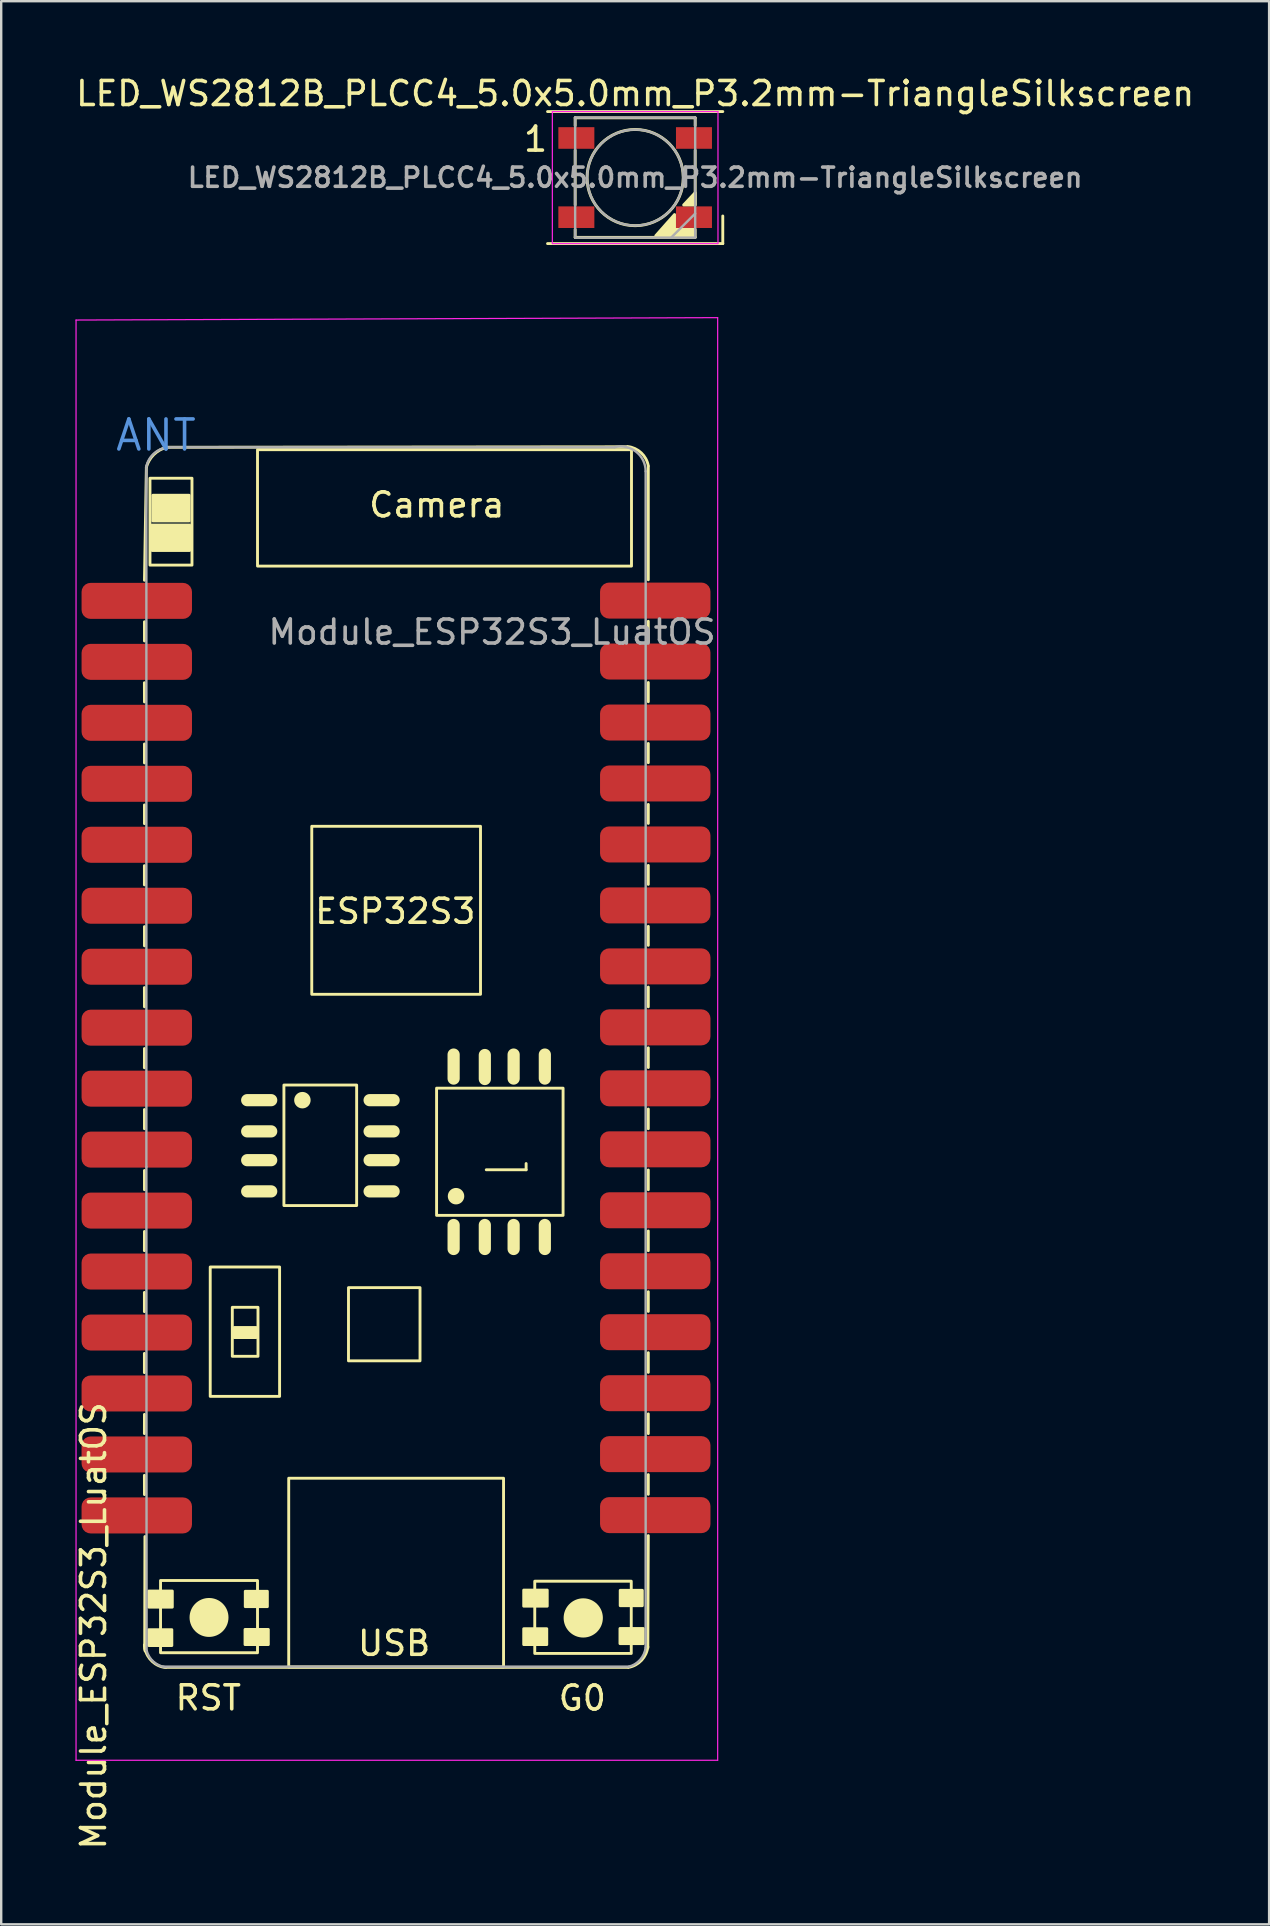
<source format=kicad_pcb>
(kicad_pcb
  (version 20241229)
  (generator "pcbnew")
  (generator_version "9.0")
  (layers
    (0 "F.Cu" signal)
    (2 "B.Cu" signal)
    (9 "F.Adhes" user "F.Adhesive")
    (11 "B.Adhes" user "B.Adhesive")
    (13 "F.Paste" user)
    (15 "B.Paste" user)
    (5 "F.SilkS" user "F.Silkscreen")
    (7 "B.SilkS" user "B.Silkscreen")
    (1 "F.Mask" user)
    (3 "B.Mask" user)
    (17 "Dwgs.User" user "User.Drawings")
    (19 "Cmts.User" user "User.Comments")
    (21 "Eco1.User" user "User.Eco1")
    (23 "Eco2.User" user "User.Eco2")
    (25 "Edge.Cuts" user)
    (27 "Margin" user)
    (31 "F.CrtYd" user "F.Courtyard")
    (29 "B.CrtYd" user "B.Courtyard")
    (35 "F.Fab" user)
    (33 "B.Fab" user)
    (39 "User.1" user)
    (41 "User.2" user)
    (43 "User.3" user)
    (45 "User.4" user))
  (footprint "Module_ESP32S3_LuatOS"
    (layer "F.Cu")
    (at 9.748 33.883)
    (property "Reference" "Module_ESP32S3_LuatOS" (at -8.9 30.8 90) (layer "F.SilkS") (effects (font (size 1 1) (thickness 0.15))))
    (attr smd)
    (fp_line (start -6.782 -8.49) (end -6.78 -7.69) (stroke (width 0.12) (type solid)) (layer "F.SilkS"))
    (fp_line (start -6.782 -0.87) (end -6.782 -0.07) (stroke (width 0.12) (type solid)) (layer "F.SilkS"))
    (fp_line (start -6.782 4.21) (end -6.78 5.01) (stroke (width 0.12) (type solid)) (layer "F.SilkS"))
    (fp_line (start -6.782 16.91) (end -6.782 17.71) (stroke (width 0.12) (type solid)) (layer "F.SilkS"))
    (fp_line (start -6.782 19.45) (end -6.782 20.25) (stroke (width 0.12) (type solid)) (layer "F.SilkS"))
    (fp_line (start -6.782 24.53) (end -6.78 25.33) (stroke (width 0.12) (type solid)) (layer "F.SilkS"))
    (fp_line (start -6.782 31.598) (end -6.75 31.84) (stroke (width 0.12) (type solid)) (layer "F.SilkS"))
    (fp_line (start -6.78 -12.76) (end -6.7 -17.47) (stroke (width 0.12) (type solid)) (layer "F.SilkS"))
    (fp_line (start -6.78 -11.03) (end -6.78 -10.23) (stroke (width 0.12) (type solid)) (layer "F.SilkS"))
    (fp_line (start -6.78 -5.94) (end -6.78 -5.15) (stroke (width 0.12) (type solid)) (layer "F.SilkS"))
    (fp_line (start -6.78 -3.4) (end -6.78 -2.62) (stroke (width 0.12) (type solid)) (layer "F.SilkS"))
    (fp_line (start -6.78 1.67) (end -6.78 2.47) (stroke (width 0.12) (type solid)) (layer "F.SilkS"))
    (fp_line (start -6.78 6.75) (end -6.782 7.55) (stroke (width 0.12) (type solid)) (layer "F.SilkS"))
    (fp_line (start -6.78 9.29) (end -6.78 10.09) (stroke (width 0.12) (type solid)) (layer "F.SilkS"))
    (fp_line (start -6.78 11.83) (end -6.78 12.63) (stroke (width 0.12) (type solid)) (layer "F.SilkS"))
    (fp_line (start -6.78 14.37) (end -6.782 15.17) (stroke (width 0.12) (type solid)) (layer "F.SilkS"))
    (fp_line (start -6.78 21.99) (end -6.782 22.79) (stroke (width 0.12) (type solid)) (layer "F.SilkS"))
    (fp_line (start -6.77 31.64) (end -6.76 27.08) (stroke (width 0.12) (type solid)) (layer "F.SilkS"))
    (fp_line (start -6.75 31.84) (end -6.782 31.598) (stroke (width 0.12) (type solid)) (layer "F.SilkS"))
    (fp_line (start -5.85 -18.3) (end 13.32 -18.32) (stroke (width 0.12) (type solid)) (layer "F.SilkS"))
    (fp_line (start -2.5 8.9) (end -1.5 8.9) (stroke (width 0.508) (type solid)) (layer "F.SilkS"))
    (fp_line (start -2.5 10.2) (end -1.5 10.2) (stroke (width 0.508) (type solid)) (layer "F.SilkS"))
    (fp_line (start -2.5 11.4) (end -1.5 11.4) (stroke (width 0.508) (type solid)) (layer "F.SilkS"))
    (fp_line (start -2.5 12.7) (end -1.5 12.7) (stroke (width 0.508) (type solid)) (layer "F.SilkS"))
    (fp_line (start 2.6 8.9) (end 3.6 8.9) (stroke (width 0.508) (type solid)) (layer "F.SilkS"))
    (fp_line (start 2.6 10.2) (end 3.6 10.2) (stroke (width 0.508) (type solid)) (layer "F.SilkS"))
    (fp_line (start 2.6 11.4) (end 3.6 11.4) (stroke (width 0.508) (type solid)) (layer "F.SilkS"))
    (fp_line (start 2.6 12.7) (end 3.6 12.7) (stroke (width 0.508) (type solid)) (layer "F.SilkS"))
    (fp_line (start 6.1 7) (end 6.1 8) (stroke (width 0.508) (type solid)) (layer "F.SilkS"))
    (fp_line (start 6.1 14.1) (end 6.1 15.1) (stroke (width 0.508) (type solid)) (layer "F.SilkS"))
    (fp_line (start 7.4 7.019) (end 7.4 8.019) (stroke (width 0.508) (type solid)) (layer "F.SilkS"))
    (fp_line (start 7.4 14.1) (end 7.4 15.1) (stroke (width 0.508) (type solid)) (layer "F.SilkS"))
    (fp_line (start 8.6 7) (end 8.6 8) (stroke (width 0.508) (type solid)) (layer "F.SilkS"))
    (fp_line (start 8.6 14.1) (end 8.6 15.1) (stroke (width 0.508) (type solid)) (layer "F.SilkS"))
    (fp_line (start 9.12 11.54) (end 9.12 11.8) (stroke (width 0.12) (type solid)) (layer "F.SilkS"))
    (fp_line (start 9.12 11.8) (end 7.46 11.8) (stroke (width 0.12) (type solid)) (layer "F.SilkS"))
    (fp_line (start 9.9 7) (end 9.9 8) (stroke (width 0.508) (type solid)) (layer "F.SilkS"))
    (fp_line (start 9.9 14.1) (end 9.9 15.1) (stroke (width 0.508) (type solid)) (layer "F.SilkS"))
    (fp_line (start 13.36 32.53) (end -5.89 32.53) (stroke (width 0.12) (type solid)) (layer "F.SilkS"))
    (fp_line (start 14.21 -17.5) (end 14.21 -12.78) (stroke (width 0.12) (type solid)) (layer "F.SilkS"))
    (fp_line (start 14.21 -11.05) (end 14.21 -10.24) (stroke (width 0.12) (type solid)) (layer "F.SilkS"))
    (fp_line (start 14.21 -8.5) (end 14.21 -7.7) (stroke (width 0.12) (type solid)) (layer "F.SilkS"))
    (fp_line (start 14.21 -5.96) (end 14.21 -5.16) (stroke (width 0.12) (type solid)) (layer "F.SilkS"))
    (fp_line (start 14.21 -3.42) (end 14.21 -2.63) (stroke (width 0.12) (type solid)) (layer "F.SilkS"))
    (fp_line (start 14.21 -0.88) (end 14.21 -0.09) (stroke (width 0.12) (type solid)) (layer "F.SilkS"))
    (fp_line (start 14.21 1.66) (end 14.21 2.45) (stroke (width 0.12) (type solid)) (layer "F.SilkS"))
    (fp_line (start 14.21 4.19) (end 14.21 5.01) (stroke (width 0.12) (type solid)) (layer "F.SilkS"))
    (fp_line (start 14.21 6.72) (end 14.21 7.54) (stroke (width 0.12) (type solid)) (layer "F.SilkS"))
    (fp_line (start 14.21 9.27) (end 14.21 10.09) (stroke (width 0.12) (type solid)) (layer "F.SilkS"))
    (fp_line (start 14.21 11.81) (end 14.21 12.63) (stroke (width 0.12) (type solid)) (layer "F.SilkS"))
    (fp_line (start 14.21 14.35) (end 14.21 15.17) (stroke (width 0.12) (type solid)) (layer "F.SilkS"))
    (fp_line (start 14.21 16.88) (end 14.21 17.7) (stroke (width 0.12) (type solid)) (layer "F.SilkS"))
    (fp_line (start 14.21 19.42) (end 14.21 20.24) (stroke (width 0.12) (type solid)) (layer "F.SilkS"))
    (fp_line (start 14.21 21.97) (end 14.21 22.79) (stroke (width 0.12) (type solid)) (layer "F.SilkS"))
    (fp_line (start 14.21 24.5) (end 14.21 25.32) (stroke (width 0.12) (type solid)) (layer "F.SilkS"))
    (fp_line (start 14.21 27.04) (end 14.19 31.72) (stroke (width 0.12) (type solid)) (layer "F.SilkS"))
    (fp_rect (start -6.6 29.35) (end -5.62 30.02) (stroke (width 0.12) (type solid)) (fill yes) (layer "F.SilkS"))
    (fp_rect (start -6.6 30.96) (end -5.64 31.62) (stroke (width 0.12) (type solid)) (fill yes) (layer "F.SilkS"))
    (fp_rect (start -6.55 -17.01) (end -4.8 -13.39) (stroke (width 0.12) (type solid)) (fill no) (layer "F.SilkS"))
    (fp_rect (start -6.46 -15.06) (end -4.9 -14) (stroke (width 0.12) (type solid)) (fill yes) (layer "F.SilkS"))
    (fp_rect (start -6.43 -16.3) (end -4.92 -15.23) (stroke (width 0.12) (type solid)) (fill yes) (layer "F.SilkS"))
    (fp_rect (start -6.11 28.91) (end -2.07 31.92) (stroke (width 0.12) (type solid)) (fill no) (layer "F.SilkS"))
    (fp_rect (start -4.04 15.85) (end -1.15 21.24) (stroke (width 0.12) (type solid)) (fill no) (layer "F.SilkS"))
    (fp_rect (start -3.12 17.53) (end -2.05 19.57) (stroke (width 0.12) (type solid)) (fill no) (layer "F.SilkS"))
    (fp_rect (start -3.04 18.37) (end -2.13 18.79) (stroke (width 0.12) (type solid)) (fill yes) (layer "F.SilkS"))
    (fp_rect (start -2.59 30.95) (end -1.62 31.58) (stroke (width 0.12) (type solid)) (fill yes) (layer "F.SilkS"))
    (fp_rect (start -2.58 29.36) (end -1.66 30) (stroke (width 0.12) (type solid)) (fill yes) (layer "F.SilkS"))
    (fp_rect (start -2.07 -13.35) (end 13.51 -18.2) (stroke (width 0.12) (type solid)) (fill no) (layer "F.SilkS"))
    (fp_rect (start -0.97 8.27) (end 2.06 13.29) (stroke (width 0.12) (type solid)) (fill no) (layer "F.SilkS"))
    (fp_rect (start -0.77 24.65) (end 8.18 32.51) (stroke (width 0.12) (type solid)) (fill no) (layer "F.SilkS"))
    (fp_rect (start 0.19 -2.51) (end 7.22 4.49) (stroke (width 0.12) (type solid)) (fill no) (layer "F.SilkS"))
    (fp_rect (start 1.72 16.71) (end 4.7 19.76) (stroke (width 0.12) (type solid)) (fill no) (layer "F.SilkS"))
    (fp_rect (start 5.39 8.4) (end 10.66 13.7) (stroke (width 0.12) (type solid)) (fill no) (layer "F.SilkS"))
    (fp_rect (start 9.02 29.31) (end 10 29.98) (stroke (width 0.12) (type solid)) (fill yes) (layer "F.SilkS"))
    (fp_rect (start 9.02 30.92) (end 9.98 31.58) (stroke (width 0.12) (type solid)) (fill yes) (layer "F.SilkS"))
    (fp_rect (start 9.48 28.94) (end 13.5 31.95) (stroke (width 0.12) (type solid)) (fill no) (layer "F.SilkS"))
    (fp_rect (start 13.03 30.91) (end 14 31.54) (stroke (width 0.12) (type solid)) (fill yes) (layer "F.SilkS"))
    (fp_rect (start 13.04 29.32) (end 13.96 29.96) (stroke (width 0.12) (type solid)) (fill yes) (layer "F.SilkS"))
    (fp_arc (start -6.7 -17.47) (mid -6.386112 -17.998789) (end -5.85 -18.3) (stroke (width 0.12) (type solid)) (layer "F.SilkS"))
    (fp_arc (start -5.898257 32.538376) (mid -6.46 32.28) (end -6.758257 31.738376) (stroke (width 0.12) (type solid)) (layer "F.SilkS"))
    (fp_arc (start 13.35 -18.33) (mid 13.911736 -18.071617) (end 14.21 -17.53) (stroke (width 0.12) (type solid)) (layer "F.SilkS"))
    (fp_arc (start 14.19 31.67) (mid 13.931624 32.231743) (end 13.39 32.53) (stroke (width 0.12) (type solid)) (layer "F.SilkS"))
    (fp_circle (center -4.09 30.45) (end -3.339 30.45) (stroke (width 0.12) (type solid)) (fill yes) (layer "F.SilkS"))
    (fp_circle (center -0.2 8.9) (end 0.083 8.9) (stroke (width 0.12) (type solid)) (fill yes) (layer "F.SilkS"))
    (fp_circle (center 6.2 12.9) (end 6.483 12.9) (stroke (width 0.12) (type solid)) (fill yes) (layer "F.SilkS"))
    (fp_circle (center 11.5 30.47) (end 12.257 30.47) (stroke (width 0.12) (type solid)) (fill yes) (layer "F.SilkS"))
    (fp_line (start -9.63 -23.6) (end -9.63 36.4) (stroke (width 0.05) (type solid)) (layer "F.CrtYd"))
    (fp_line (start -9.63 36.4) (end 17.1 36.4) (stroke (width 0.05) (type solid)) (layer "F.CrtYd"))
    (fp_line (start 17.1 -23.7) (end -9.63 -23.6) (stroke (width 0.05) (type solid)) (layer "F.CrtYd"))
    (fp_line (start 17.1 36.4) (end 17.1 -23.7) (stroke (width 0.05) (type solid)) (layer "F.CrtYd"))
    (fp_line (start -6.7 -17.5) (end -6.7 11.68) (stroke (width 0.1) (type solid)) (layer "F.Fab"))
    (fp_line (start -6.7 11.68) (end -6.691 31.825) (stroke (width 0.1) (type solid)) (layer "F.Fab"))
    (fp_line (start -5.7 -18.3) (end 12.8 -18.3) (stroke (width 0.1) (type solid)) (layer "F.Fab"))
    (fp_line (start 13.4 32.5) (end -6 32.5) (stroke (width 0.1) (type solid)) (layer "F.Fab"))
    (fp_line (start 14.1 -17.3) (end 14.1 31.7) (stroke (width 0.1) (type solid)) (layer "F.Fab"))
    (fp_arc (start -6.7 -17.5) (mid -6.34086 -18.076075) (end -5.7 -18.3) (stroke (width 0.1) (type solid)) (layer "F.Fab"))
    (fp_arc (start -5.890978 32.525403) (mid -6.398291 32.299422) (end -6.690978 31.825403) (stroke (width 0.1) (type solid)) (layer "F.Fab"))
    (fp_arc (start 12.8 -18.3) (mid 13.695548 -18.119208) (end 14.1 -17.3) (stroke (width 0.1) (type solid)) (layer "F.Fab"))
    (fp_arc (start 14.1 31.7) (mid 13.874597 32.209022) (end 13.4 32.5) (stroke (width 0.1) (type solid)) (layer "F.Fab"))
    (fp_text user "RST" (at -4.12 33.8 0) (unlocked yes) (layer "F.SilkS") (effects (font (size 1 1) (thickness 0.15))))
    (fp_text user "G0" (at 11.46 33.81 0) (unlocked yes) (layer "F.SilkS") (effects (font (size 1 1) (thickness 0.15))))
    (fp_text user "USB" (at 3.62 31.53 0) (unlocked yes) (layer "F.SilkS") (effects (font (size 1 1) (thickness 0.15))))
    (fp_text user "Camera" (at 5.4 -15.9 0) (unlocked yes) (layer "F.SilkS") (effects (font (size 1 1) (thickness 0.15))))
    (fp_text user "ESP32S3" (at 3.67 1.03 0) (unlocked yes) (layer "F.SilkS") (effects (font (size 1 1) (thickness 0.15))))
    (fp_text user "ANT" (at -6.3 -18.8 0) (layer "Cmts.User") (effects (font (size 1.25 1.25) (thickness 0.15))))
    (fp_text user "${REFERENCE}" (at 7.7 -10.6 0) (layer "F.Fab") (effects (font (size 1 1) (thickness 0.15))))
    (pad "1" smd roundrect (at -7.1 -11.9) (size 4.6 1.5) (layers "F.Cu" "F.Mask" "F.Paste") (roundrect_rratio 0.25))
    (pad "2" smd roundrect (at -7.1 -9.36) (size 4.6 1.5) (layers "F.Cu" "F.Mask" "F.Paste") (roundrect_rratio 0.25))
    (pad "3" smd roundrect (at -7.1 -6.82) (size 4.6 1.5) (layers "F.Cu" "F.Mask" "F.Paste") (roundrect_rratio 0.25))
    (pad "4" smd roundrect (at -7.1 -4.28) (size 4.6 1.5) (layers "F.Cu" "F.Mask" "F.Paste") (roundrect_rratio 0.25))
    (pad "5" smd roundrect (at -7.1 -1.74) (size 4.6 1.5) (layers "F.Cu" "F.Mask" "F.Paste") (roundrect_rratio 0.25))
    (pad "6" smd roundrect (at -7.1 0.8) (size 4.6 1.5) (layers "F.Cu" "F.Mask" "F.Paste") (roundrect_rratio 0.25))
    (pad "7" smd roundrect (at -7.1 3.34) (size 4.6 1.5) (layers "F.Cu" "F.Mask" "F.Paste") (roundrect_rratio 0.25))
    (pad "8" smd roundrect (at -7.1 5.88) (size 4.6 1.5) (layers "F.Cu" "F.Mask" "F.Paste") (roundrect_rratio 0.25))
    (pad "9" smd roundrect (at -7.1 8.42) (size 4.6 1.5) (layers "F.Cu" "F.Mask" "F.Paste") (roundrect_rratio 0.25))
    (pad "10" smd roundrect (at -7.1 10.96) (size 4.6 1.5) (layers "F.Cu" "F.Mask" "F.Paste") (roundrect_rratio 0.25))
    (pad "11" smd roundrect (at -7.1 13.5) (size 4.6 1.5) (layers "F.Cu" "F.Mask" "F.Paste") (roundrect_rratio 0.25))
    (pad "12" smd roundrect (at -7.1 16.04) (size 4.6 1.5) (layers "F.Cu" "F.Mask" "F.Paste") (roundrect_rratio 0.25))
    (pad "13" smd roundrect (at -7.1 18.58) (size 4.6 1.5) (layers "F.Cu" "F.Mask" "F.Paste") (roundrect_rratio 0.25))
    (pad "14" smd roundrect (at -7.1 21.12) (size 4.6 1.5) (layers "F.Cu" "F.Mask" "F.Paste") (roundrect_rratio 0.25))
    (pad "15" smd roundrect (at -7.1 23.66) (size 4.6 1.5) (layers "F.Cu" "F.Mask" "F.Paste") (roundrect_rratio 0.25))
    (pad "16" smd roundrect (at -7.1 26.2) (size 4.6 1.5) (layers "F.Cu" "F.Mask" "F.Paste") (roundrect_rratio 0.25))
    (pad "17" smd roundrect (at 14.5 26.187) (size 4.6 1.5) (layers "F.Cu" "F.Mask" "F.Paste") (roundrect_rratio 0.25))
    (pad "18" smd roundrect (at 14.5 23.647) (size 4.6 1.5) (layers "F.Cu" "F.Mask" "F.Paste") (roundrect_rratio 0.25))
    (pad "19" smd roundrect (at 14.5 21.107) (size 4.6 1.5) (layers "F.Cu" "F.Mask" "F.Paste") (roundrect_rratio 0.25))
    (pad "20" smd roundrect (at 14.5 18.567) (size 4.6 1.5) (layers "F.Cu" "F.Mask" "F.Paste") (roundrect_rratio 0.25))
    (pad "21" smd roundrect (at 14.5 16.027) (size 4.6 1.5) (layers "F.Cu" "F.Mask" "F.Paste") (roundrect_rratio 0.25))
    (pad "22" smd roundrect (at 14.5 13.487) (size 4.6 1.5) (layers "F.Cu" "F.Mask" "F.Paste") (roundrect_rratio 0.25))
    (pad "23" smd roundrect (at 14.5 10.947) (size 4.6 1.5) (layers "F.Cu" "F.Mask" "F.Paste") (roundrect_rratio 0.25))
    (pad "24" smd roundrect (at 14.5 8.407) (size 4.6 1.5) (layers "F.Cu" "F.Mask" "F.Paste") (roundrect_rratio 0.25))
    (pad "25" smd roundrect (at 14.5 5.867) (size 4.6 1.5) (layers "F.Cu" "F.Mask" "F.Paste") (roundrect_rratio 0.25))
    (pad "26" smd roundrect (at 14.5 3.327) (size 4.6 1.5) (layers "F.Cu" "F.Mask" "F.Paste") (roundrect_rratio 0.25))
    (pad "27" smd roundrect (at 14.5 0.787) (size 4.6 1.5) (layers "F.Cu" "F.Mask" "F.Paste") (roundrect_rratio 0.25))
    (pad "28" smd roundrect (at 14.5 -1.753) (size 4.6 1.5) (layers "F.Cu" "F.Mask" "F.Paste") (roundrect_rratio 0.25))
    (pad "29" smd roundrect (at 14.5 -4.293) (size 4.6 1.5) (layers "F.Cu" "F.Mask" "F.Paste") (roundrect_rratio 0.25))
    (pad "30" smd roundrect (at 14.5 -6.833) (size 4.6 1.5) (layers "F.Cu" "F.Mask" "F.Paste") (roundrect_rratio 0.25))
    (pad "31" smd roundrect (at 14.5 -9.373) (size 4.6 1.5) (layers "F.Cu" "F.Mask" "F.Paste") (roundrect_rratio 0.25))
    (pad "32" smd roundrect (at 14.5 -11.913) (size 4.6 1.5) (layers "F.Cu" "F.Mask" "F.Paste") (roundrect_rratio 0.25))
    (zone (net_name "") (layers "F.Cu" "B.Cu") (hatch full 0.508) (connect_pads) (min_thickness 0.254) (filled_areas_thickness no) (keepout (tracks not_allowed) (vias not_allowed) (pads not_allowed) (copperpour not_allowed) (footprints not_allowed)) (placement (enabled no)) (fill) (polygon (pts (xy 0.148 20.86) (xy 6.948 20.86) (xy 6.948 10.26) (xy 0.148 10.26)))))
  (footprint "LED_WS2812B_PLCC4_5.0x5.0mm_P3.2mm-TriangleSilkscreen"
    (layer "F.Cu")
    (at 23.411 4.348)
    (property "Reference" "LED_WS2812B_PLCC4_5.0x5.0mm_P3.2mm-TriangleSilkscreen" (at 0 -3.5 0) (layer "F.SilkS") (effects (font (size 1 1) (thickness 0.15))))
    (attr smd)
    (fp_line (start -3.65 -2.75) (end 3.65 -2.75) (stroke (width 0.12) (type solid)) (layer "F.SilkS"))
    (fp_line (start -3.65 2.75) (end 3.65 2.75) (stroke (width 0.12) (type solid)) (layer "F.SilkS"))
    (fp_line (start -2.5 -2.49) (end 2.5 -2.49) (stroke (width 0.12) (type solid)) (layer "F.SilkS"))
    (fp_line (start -2.5 -2.16) (end -2.5 -2.49) (stroke (width 0.12) (type solid)) (layer "F.SilkS"))
    (fp_line (start -2.5 1.14) (end -2.5 -1.14) (stroke (width 0.12) (type solid)) (layer "F.SilkS"))
    (fp_line (start -2.5 2.49) (end -2.5 2.16) (stroke (width 0.12) (type solid)) (layer "F.SilkS"))
    (fp_line (start 2.5 -2.49) (end 2.5 -2.16) (stroke (width 0.12) (type solid)) (layer "F.SilkS"))
    (fp_line (start 2.5 -1.14) (end 2.5 1.14) (stroke (width 0.12) (type solid)) (layer "F.SilkS"))
    (fp_line (start 2.5 2.16) (end 2.5 2.49) (stroke (width 0.12) (type solid)) (layer "F.SilkS"))
    (fp_line (start 2.5 2.49) (end -2.5 2.49) (stroke (width 0.12) (type solid)) (layer "F.SilkS"))
    (fp_line (start 3.65 2.75) (end 3.65 1.6) (stroke (width 0.12) (type solid)) (layer "F.SilkS"))
    (fp_circle (center 0 0) (end 1.59 1.22) (stroke (width 0.12) (type solid)) (fill no) (layer "F.SilkS"))
    (fp_poly (pts (xy 2.5 1.14) (xy 2.02 1.14) (xy 2.5 0.63)) (stroke (width 0.12) (type solid)) (fill yes) (layer "F.SilkS"))
    (fp_poly (pts (xy 1.64 2.16) (xy 2.43 2.16) (xy 2.44 2.43) (xy 0.86 2.42) (xy 1.64 1.54)) (stroke (width 0.12) (type solid)) (fill yes) (layer "F.SilkS"))
    (fp_line (start -3.45 -2.75) (end -3.45 2.75) (stroke (width 0.05) (type solid)) (layer "F.CrtYd"))
    (fp_line (start -3.45 2.75) (end 3.45 2.75) (stroke (width 0.05) (type solid)) (layer "F.CrtYd"))
    (fp_line (start 3.45 -2.75) (end -3.45 -2.75) (stroke (width 0.05) (type solid)) (layer "F.CrtYd"))
    (fp_line (start 3.45 2.75) (end 3.45 -2.75) (stroke (width 0.05) (type solid)) (layer "F.CrtYd"))
    (fp_line (start -2.5 -2.5) (end -2.5 2.5) (stroke (width 0.1) (type solid)) (layer "F.Fab"))
    (fp_line (start -2.5 2.5) (end 2.5 2.5) (stroke (width 0.1) (type solid)) (layer "F.Fab"))
    (fp_line (start 2.5 -2.5) (end -2.5 -2.5) (stroke (width 0.1) (type solid)) (layer "F.Fab"))
    (fp_line (start 2.5 1.5) (end 1.5 2.5) (stroke (width 0.1) (type solid)) (layer "F.Fab"))
    (fp_line (start 2.5 2.5) (end 2.5 -2.5) (stroke (width 0.1) (type solid)) (layer "F.Fab"))
    (fp_circle (center 0 0) (end 0 -2) (stroke (width 0.1) (type solid)) (fill no) (layer "F.Fab"))
    (fp_text user "1" (at -4.15 -1.6 0) (layer "F.SilkS") (effects (font (size 1 1) (thickness 0.15))))
    (fp_text user "${REFERENCE}" (at 0 0 0) (layer "F.Fab") (effects (font (size 0.8 0.8) (thickness 0.15))))
    (pad "1" smd rect (at -2.45 -1.65) (size 1.5 0.9) (layers "F.Cu" "F.Mask" "F.Paste"))
    (pad "2" smd rect (at -2.45 1.65) (size 1.5 0.9) (layers "F.Cu" "F.Mask" "F.Paste"))
    (pad "3" smd rect (at 2.45 1.65) (size 1.5 0.9) (layers "F.Cu" "F.Mask" "F.Paste"))
    (pad "4" smd rect (at 2.45 -1.65) (size 1.5 0.9) (layers "F.Cu" "F.Mask" "F.Paste")))
  (gr_rect
    (start -3 -3)
    (end 49.821 77.118)
    (stroke (width 0.1) (type default))
    (fill no)
    (layer "Edge.Cuts")))
</source>
